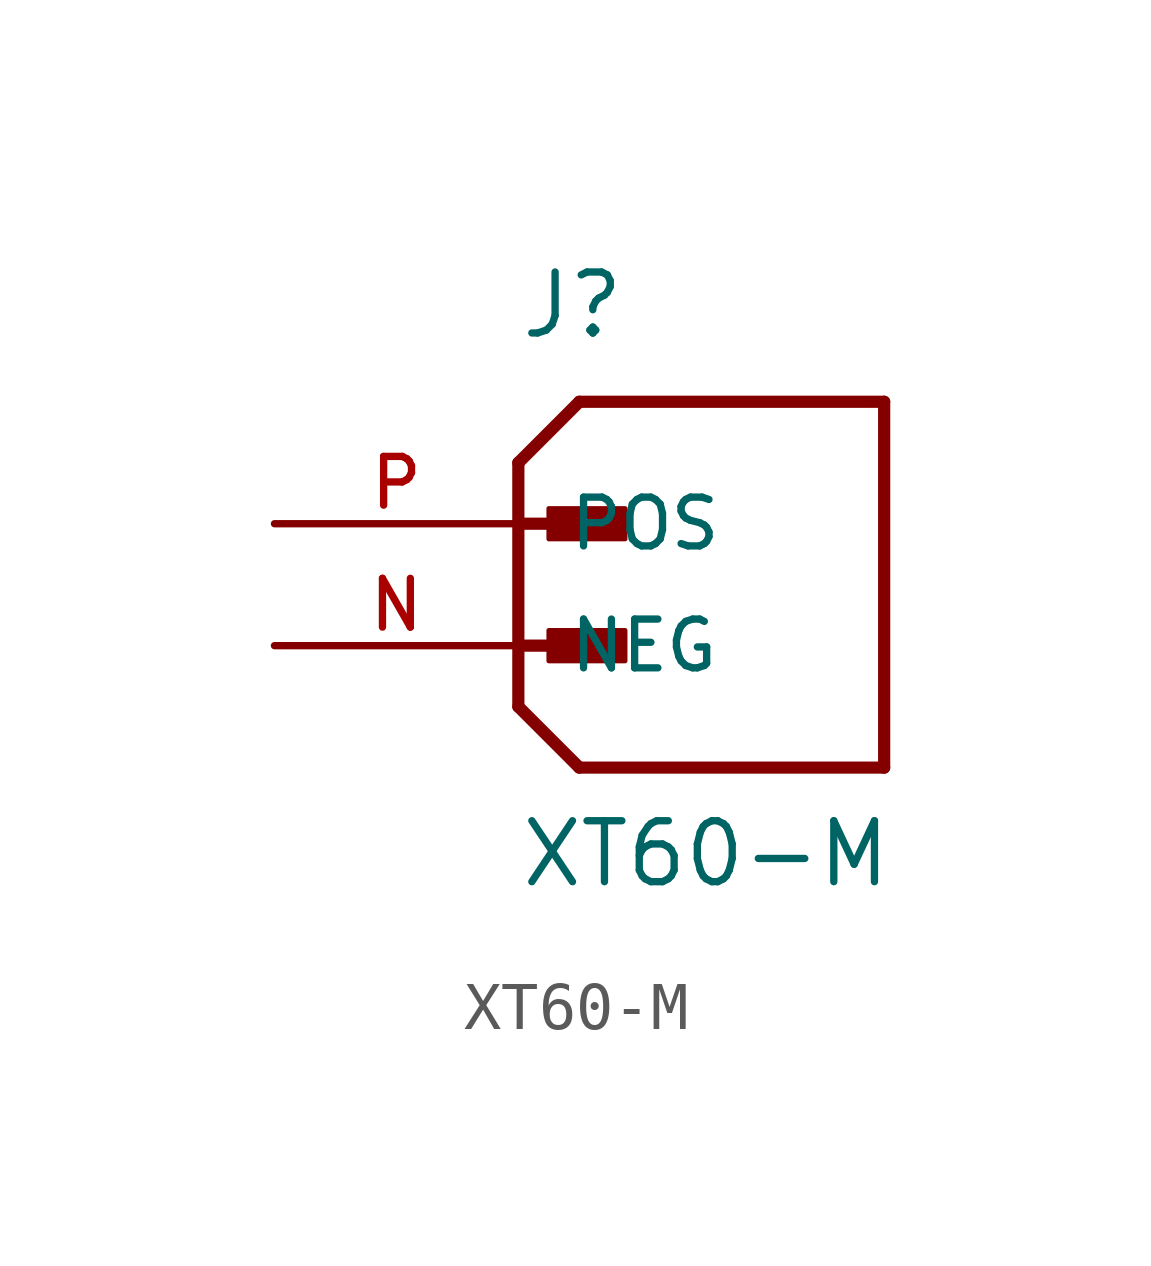
<source format=kicad_sym>
(kicad_symbol_lib
  (version 20211014)
  (generator kicad_symbol_editor)
  (symbol "XT60-M"
    (pin_names
      (offset 1.016))
    (property "Reference" "J"
      (at 0.0 6.35 0)
      (effects (font (size 1.27 1.27)) (justify bottom left)))
    (property "Value" "XT60-M"
      (at 0.0 -5.08 0)
      (effects (font (size 1.27 1.27)) (justify bottom left)))
    (symbol "XT60-M_0_0"
      (polyline (pts (xy 0.0 3.81) (xy 1.27 5.08)) (stroke (width 0.254)))
      (polyline (pts (xy 0.0 3.81) (xy 0.0 2.54)) (stroke (width 0.254)))
      (polyline (pts (xy 0.0 2.54) (xy 0.0 -1.27)) (stroke (width 0.254)))
      (polyline (pts (xy 0.0 -1.27) (xy 1.27 -2.54)) (stroke (width 0.254)))
      (polyline (pts (xy 1.27 -2.54) (xy 7.62 -2.54)) (stroke (width 0.254)))
      (polyline (pts (xy 7.62 -2.54) (xy 7.62 5.08)) (stroke (width 0.254)))
      (polyline (pts (xy 7.62 5.08) (xy 1.27 5.08)) (stroke (width 0.254)))
      (polyline (pts (xy 0.0 2.54) (xy 1.905 2.54)) (stroke (width 0.254)))
      (rectangle (start 0.635 2.223) (end 2.223 2.857) (stroke (width 0.1)) (fill (type outline)))
      (polyline (pts (xy 0.0 0.0) (xy 1.905 0.0)) (stroke (width 0.254)))
      (rectangle (start 0.635 -0.318) (end 2.223 0.318) (stroke (width 0.1)) (fill (type outline)))
      (pin passive line (at -5.08 2.54 0) (length 5.08) (name "POS" (effects (font (size 1.016 1.016)))) (number "P" (effects (font (size 1.016 1.016)))))
      (pin passive line (at -5.08 0.0 0) (length 5.08) (name "NEG" (effects (font (size 1.016 1.016)))) (number "N" (effects (font (size 1.016 1.016))))))))
</source>
